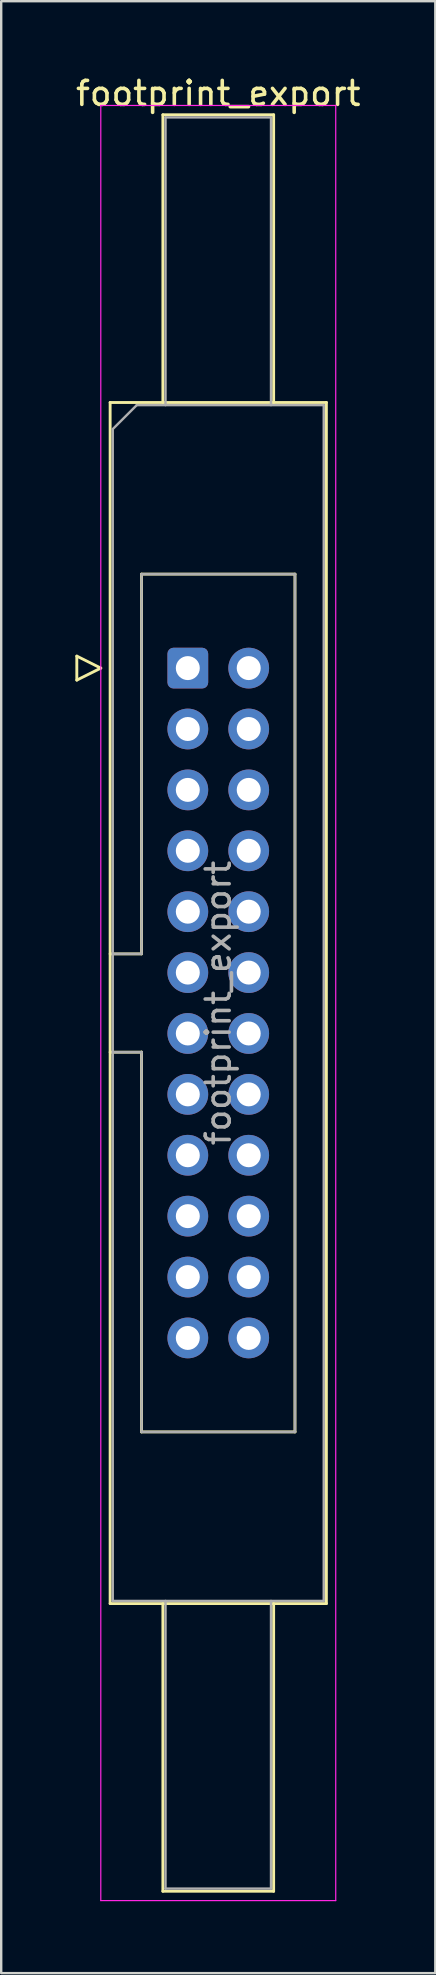
<source format=kicad_pcb>
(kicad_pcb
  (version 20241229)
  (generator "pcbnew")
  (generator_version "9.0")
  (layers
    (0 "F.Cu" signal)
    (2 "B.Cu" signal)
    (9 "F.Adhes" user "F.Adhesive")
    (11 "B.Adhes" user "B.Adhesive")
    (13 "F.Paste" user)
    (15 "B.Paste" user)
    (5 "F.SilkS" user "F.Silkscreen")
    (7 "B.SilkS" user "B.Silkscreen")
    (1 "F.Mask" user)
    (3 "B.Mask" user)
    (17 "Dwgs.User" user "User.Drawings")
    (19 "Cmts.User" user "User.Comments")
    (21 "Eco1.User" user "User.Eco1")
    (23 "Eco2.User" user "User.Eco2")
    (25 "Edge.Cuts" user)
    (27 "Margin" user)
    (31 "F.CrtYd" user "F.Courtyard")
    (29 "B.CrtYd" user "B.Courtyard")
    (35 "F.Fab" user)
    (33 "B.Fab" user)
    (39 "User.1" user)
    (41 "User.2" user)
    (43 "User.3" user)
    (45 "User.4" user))
  (footprint "footprint_export"
    (layer "F.Cu")
    (at 4.784 24.818)
    (property "Reference" "footprint_export" (at 1.27 -23.97 0) (layer "F.SilkS") (effects (font (size 1 1) (thickness 0.15))))
    (attr through_hole)
    (fp_line (start -4.63 -0.5) (end -4.63 0.5) (stroke (width 0.12) (type solid)) (layer "F.SilkS"))
    (fp_line (start -4.63 0.5) (end -3.63 0) (stroke (width 0.12) (type solid)) (layer "F.SilkS"))
    (fp_line (start -3.63 0) (end -4.63 -0.5) (stroke (width 0.12) (type solid)) (layer "F.SilkS"))
    (fp_line (start -3.24 -11.08) (end 5.78 -11.08) (stroke (width 0.12) (type solid)) (layer "F.SilkS"))
    (fp_line (start -3.24 11.92) (end -1.93 11.92) (stroke (width 0.12) (type solid)) (layer "F.SilkS"))
    (fp_line (start -3.24 39.02) (end -3.24 -11.08) (stroke (width 0.12) (type solid)) (layer "F.SilkS"))
    (fp_line (start -1.93 -3.92) (end 4.47 -3.92) (stroke (width 0.12) (type solid)) (layer "F.SilkS"))
    (fp_line (start -1.93 11.92) (end -1.93 -3.92) (stroke (width 0.12) (type solid)) (layer "F.SilkS"))
    (fp_line (start -1.93 16.02) (end -3.24 16.02) (stroke (width 0.12) (type solid)) (layer "F.SilkS"))
    (fp_line (start -1.93 16.02) (end -1.93 16.02) (stroke (width 0.12) (type solid)) (layer "F.SilkS"))
    (fp_line (start -1.93 31.86) (end -1.93 16.02) (stroke (width 0.12) (type solid)) (layer "F.SilkS"))
    (fp_line (start -1.04 -23.08) (end 3.58 -23.08) (stroke (width 0.12) (type solid)) (layer "F.SilkS"))
    (fp_line (start -1.04 -11.08) (end -1.04 -23.08) (stroke (width 0.12) (type solid)) (layer "F.SilkS"))
    (fp_line (start -1.04 39.02) (end -1.04 51.02) (stroke (width 0.12) (type solid)) (layer "F.SilkS"))
    (fp_line (start -1.04 51.02) (end 3.58 51.02) (stroke (width 0.12) (type solid)) (layer "F.SilkS"))
    (fp_line (start 3.58 -23.08) (end 3.58 -11.08) (stroke (width 0.12) (type solid)) (layer "F.SilkS"))
    (fp_line (start 3.58 51.02) (end 3.58 39.02) (stroke (width 0.12) (type solid)) (layer "F.SilkS"))
    (fp_line (start 4.47 -3.92) (end 4.47 31.86) (stroke (width 0.12) (type solid)) (layer "F.SilkS"))
    (fp_line (start 4.47 31.86) (end -1.93 31.86) (stroke (width 0.12) (type solid)) (layer "F.SilkS"))
    (fp_line (start 5.78 -11.08) (end 5.78 39.02) (stroke (width 0.12) (type solid)) (layer "F.SilkS"))
    (fp_line (start 5.78 39.02) (end -3.24 39.02) (stroke (width 0.12) (type solid)) (layer "F.SilkS"))
    (fp_line (start -3.63 -23.47) (end -3.63 51.41) (stroke (width 0.05) (type solid)) (layer "F.CrtYd"))
    (fp_line (start -3.63 51.41) (end 6.17 51.41) (stroke (width 0.05) (type solid)) (layer "F.CrtYd"))
    (fp_line (start 6.17 -23.47) (end -3.63 -23.47) (stroke (width 0.05) (type solid)) (layer "F.CrtYd"))
    (fp_line (start 6.17 51.41) (end 6.17 -23.47) (stroke (width 0.05) (type solid)) (layer "F.CrtYd"))
    (fp_line (start -3.13 -9.97) (end -2.13 -10.97) (stroke (width 0.1) (type solid)) (layer "F.Fab"))
    (fp_line (start -3.13 11.92) (end -1.93 11.92) (stroke (width 0.1) (type solid)) (layer "F.Fab"))
    (fp_line (start -3.13 38.91) (end -3.13 -9.97) (stroke (width 0.1) (type solid)) (layer "F.Fab"))
    (fp_line (start -2.13 -10.97) (end 5.67 -10.97) (stroke (width 0.1) (type solid)) (layer "F.Fab"))
    (fp_line (start -1.93 -3.92) (end 4.47 -3.92) (stroke (width 0.1) (type solid)) (layer "F.Fab"))
    (fp_line (start -1.93 11.92) (end -1.93 -3.92) (stroke (width 0.1) (type solid)) (layer "F.Fab"))
    (fp_line (start -1.93 16.02) (end -3.13 16.02) (stroke (width 0.1) (type solid)) (layer "F.Fab"))
    (fp_line (start -1.93 16.02) (end -1.93 16.02) (stroke (width 0.1) (type solid)) (layer "F.Fab"))
    (fp_line (start -1.93 31.86) (end -1.93 16.02) (stroke (width 0.1) (type solid)) (layer "F.Fab"))
    (fp_line (start -0.93 -22.97) (end 3.47 -22.97) (stroke (width 0.1) (type solid)) (layer "F.Fab"))
    (fp_line (start -0.93 -10.97) (end -0.93 -22.97) (stroke (width 0.1) (type solid)) (layer "F.Fab"))
    (fp_line (start -0.93 38.91) (end -0.93 50.91) (stroke (width 0.1) (type solid)) (layer "F.Fab"))
    (fp_line (start -0.93 50.91) (end 3.47 50.91) (stroke (width 0.1) (type solid)) (layer "F.Fab"))
    (fp_line (start 3.47 -22.97) (end 3.47 -10.97) (stroke (width 0.1) (type solid)) (layer "F.Fab"))
    (fp_line (start 3.47 50.91) (end 3.47 38.91) (stroke (width 0.1) (type solid)) (layer "F.Fab"))
    (fp_line (start 4.47 -3.92) (end 4.47 31.86) (stroke (width 0.1) (type solid)) (layer "F.Fab"))
    (fp_line (start 4.47 31.86) (end -1.93 31.86) (stroke (width 0.1) (type solid)) (layer "F.Fab"))
    (fp_line (start 5.67 -10.97) (end 5.67 38.91) (stroke (width 0.1) (type solid)) (layer "F.Fab"))
    (fp_line (start 5.67 38.91) (end -3.13 38.91) (stroke (width 0.1) (type solid)) (layer "F.Fab"))
    (fp_text user "${REFERENCE}" (at 1.27 13.97 90) (layer "F.Fab") (effects (font (size 1 1) (thickness 0.15))))
    (pad "1" thru_hole roundrect (at 0 0) (size 1.7 1.7) (drill 1) (layers "*.Cu" "*.Mask") (roundrect_rratio 0.147))
    (pad "2" thru_hole circle (at 2.54 0) (size 1.7 1.7) (drill 1) (layers "*.Cu" "*.Mask"))
    (pad "3" thru_hole circle (at 0 2.54) (size 1.7 1.7) (drill 1) (layers "*.Cu" "*.Mask"))
    (pad "4" thru_hole circle (at 2.54 2.54) (size 1.7 1.7) (drill 1) (layers "*.Cu" "*.Mask"))
    (pad "5" thru_hole circle (at 0 5.08) (size 1.7 1.7) (drill 1) (layers "*.Cu" "*.Mask"))
    (pad "6" thru_hole circle (at 2.54 5.08) (size 1.7 1.7) (drill 1) (layers "*.Cu" "*.Mask"))
    (pad "7" thru_hole circle (at 0 7.62) (size 1.7 1.7) (drill 1) (layers "*.Cu" "*.Mask"))
    (pad "8" thru_hole circle (at 2.54 7.62) (size 1.7 1.7) (drill 1) (layers "*.Cu" "*.Mask"))
    (pad "9" thru_hole circle (at 0 10.16) (size 1.7 1.7) (drill 1) (layers "*.Cu" "*.Mask"))
    (pad "10" thru_hole circle (at 2.54 10.16) (size 1.7 1.7) (drill 1) (layers "*.Cu" "*.Mask"))
    (pad "11" thru_hole circle (at 0 12.7) (size 1.7 1.7) (drill 1) (layers "*.Cu" "*.Mask"))
    (pad "12" thru_hole circle (at 2.54 12.7) (size 1.7 1.7) (drill 1) (layers "*.Cu" "*.Mask"))
    (pad "13" thru_hole circle (at 0 15.24) (size 1.7 1.7) (drill 1) (layers "*.Cu" "*.Mask"))
    (pad "14" thru_hole circle (at 2.54 15.24) (size 1.7 1.7) (drill 1) (layers "*.Cu" "*.Mask"))
    (pad "15" thru_hole circle (at 0 17.78) (size 1.7 1.7) (drill 1) (layers "*.Cu" "*.Mask"))
    (pad "16" thru_hole circle (at 2.54 17.78) (size 1.7 1.7) (drill 1) (layers "*.Cu" "*.Mask"))
    (pad "17" thru_hole circle (at 0 20.32) (size 1.7 1.7) (drill 1) (layers "*.Cu" "*.Mask"))
    (pad "18" thru_hole circle (at 2.54 20.32) (size 1.7 1.7) (drill 1) (layers "*.Cu" "*.Mask"))
    (pad "19" thru_hole circle (at 0 22.86) (size 1.7 1.7) (drill 1) (layers "*.Cu" "*.Mask"))
    (pad "20" thru_hole circle (at 2.54 22.86) (size 1.7 1.7) (drill 1) (layers "*.Cu" "*.Mask"))
    (pad "21" thru_hole circle (at 0 25.4) (size 1.7 1.7) (drill 1) (layers "*.Cu" "*.Mask"))
    (pad "22" thru_hole circle (at 2.54 25.4) (size 1.7 1.7) (drill 1) (layers "*.Cu" "*.Mask"))
    (pad "23" thru_hole circle (at 0 27.94) (size 1.7 1.7) (drill 1) (layers "*.Cu" "*.Mask"))
    (pad "24" thru_hole circle (at 2.54 27.94) (size 1.7 1.7) (drill 1) (layers "*.Cu" "*.Mask")))
  (gr_rect
    (start -3 -3)
    (end 15.107 79.253)
    (stroke (width 0.1) (type default))
    (fill no)
    (layer "Edge.Cuts")))
</source>
